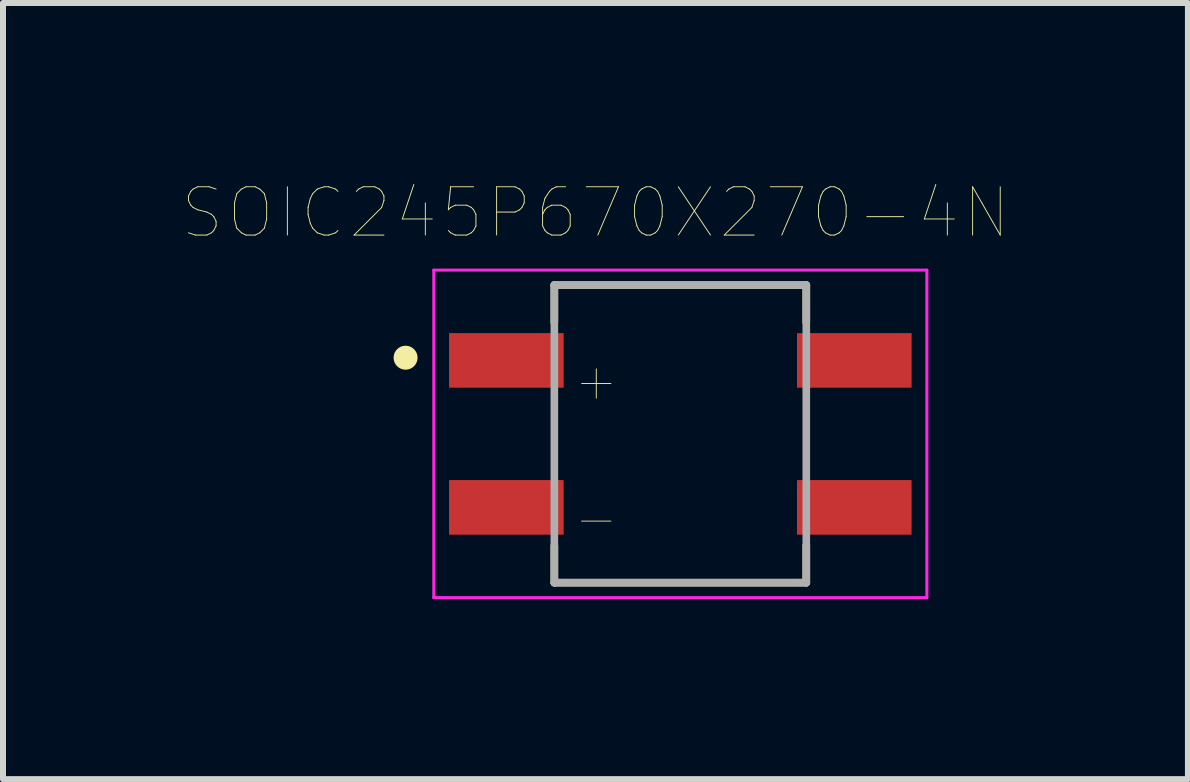
<source format=kicad_pcb>
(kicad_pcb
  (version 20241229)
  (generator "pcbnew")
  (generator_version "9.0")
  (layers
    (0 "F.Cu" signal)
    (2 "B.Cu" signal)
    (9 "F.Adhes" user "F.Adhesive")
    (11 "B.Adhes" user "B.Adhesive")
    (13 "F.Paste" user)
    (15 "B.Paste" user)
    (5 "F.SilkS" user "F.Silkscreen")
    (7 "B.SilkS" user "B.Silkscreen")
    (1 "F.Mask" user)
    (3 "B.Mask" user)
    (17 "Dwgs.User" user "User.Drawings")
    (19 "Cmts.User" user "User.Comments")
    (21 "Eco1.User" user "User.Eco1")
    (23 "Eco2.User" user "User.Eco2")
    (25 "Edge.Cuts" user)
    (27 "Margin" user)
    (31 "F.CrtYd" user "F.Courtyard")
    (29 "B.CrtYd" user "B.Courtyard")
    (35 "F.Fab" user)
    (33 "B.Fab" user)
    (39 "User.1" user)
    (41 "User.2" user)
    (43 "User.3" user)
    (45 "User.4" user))
  (footprint "SOIC245P670X270-4N"
    (layer "F.Cu")
    (at 8.291 4.183)
    (property "Reference" "SOIC245P670X270-4N" (at -1.414 -3.686 0) (layer "F.SilkS") (effects (font (size 0.805 0.805) (thickness 0.015))))
    (attr through_hole)
    (fp_line (start -2.1 -2.48) (end -2.1 -1.86) (stroke (width 0.127) (type solid)) (layer "F.SilkS"))
    (fp_line (start -2.1 -2.48) (end 2.1 -2.48) (stroke (width 0.127) (type solid)) (layer "F.SilkS"))
    (fp_line (start -2.1 1.86) (end -2.1 2.48) (stroke (width 0.127) (type solid)) (layer "F.SilkS"))
    (fp_line (start -2.1 2.48) (end 2.1 2.48) (stroke (width 0.127) (type solid)) (layer "F.SilkS"))
    (fp_line (start 2.1 -2.48) (end 2.1 -1.86) (stroke (width 0.127) (type solid)) (layer "F.SilkS"))
    (fp_line (start 2.1 2.48) (end 2.1 1.86) (stroke (width 0.127) (type solid)) (layer "F.SilkS"))
    (fp_circle (center -4.58 -1.27) (end -4.48 -1.27) (stroke (width 0.2) (type solid)) (fill no) (layer "F.SilkS"))
    (fp_line (start -4.11 -2.73) (end 4.11 -2.73) (stroke (width 0.05) (type solid)) (layer "F.CrtYd"))
    (fp_line (start -4.11 2.73) (end -4.11 -2.73) (stroke (width 0.05) (type solid)) (layer "F.CrtYd"))
    (fp_line (start 4.11 -2.73) (end 4.11 2.73) (stroke (width 0.05) (type solid)) (layer "F.CrtYd"))
    (fp_line (start 4.11 2.73) (end -4.11 2.73) (stroke (width 0.05) (type solid)) (layer "F.CrtYd"))
    (fp_line (start -2.1 -2.48) (end 2.1 -2.48) (stroke (width 0.127) (type solid)) (layer "F.Fab"))
    (fp_line (start -2.1 2.48) (end -2.1 -2.48) (stroke (width 0.127) (type solid)) (layer "F.Fab"))
    (fp_line (start 2.1 -2.48) (end 2.1 2.48) (stroke (width 0.127) (type solid)) (layer "F.Fab"))
    (fp_line (start 2.1 2.48) (end -2.1 2.48) (stroke (width 0.127) (type solid)) (layer "F.Fab"))
    (fp_text user "-" (at -1.402 1.402 0) (layer "F.SilkS") (effects (font (size 0.642 0.642) (thickness 0.015))))
    (fp_text user "+" (at -1.401 -0.891 0) (layer "F.SilkS") (effects (font (size 0.642 0.642) (thickness 0.015))))
    (pad "1" smd rect (at -2.9 -1.225) (size 1.91 0.91) (layers "F.Cu" "F.Mask" "F.Paste"))
    (pad "2" smd rect (at -2.9 1.225) (size 1.91 0.91) (layers "F.Cu" "F.Mask" "F.Paste"))
    (pad "3" smd rect (at 2.9 1.225) (size 1.91 0.91) (layers "F.Cu" "F.Mask" "F.Paste"))
    (pad "4" smd rect (at 2.9 -1.225) (size 1.91 0.91) (layers "F.Cu" "F.Mask" "F.Paste")))
  (gr_rect
    (start -3 -3)
    (end 16.753 9.938)
    (stroke (width 0.1) (type default))
    (fill no)
    (layer "Edge.Cuts")))
</source>
